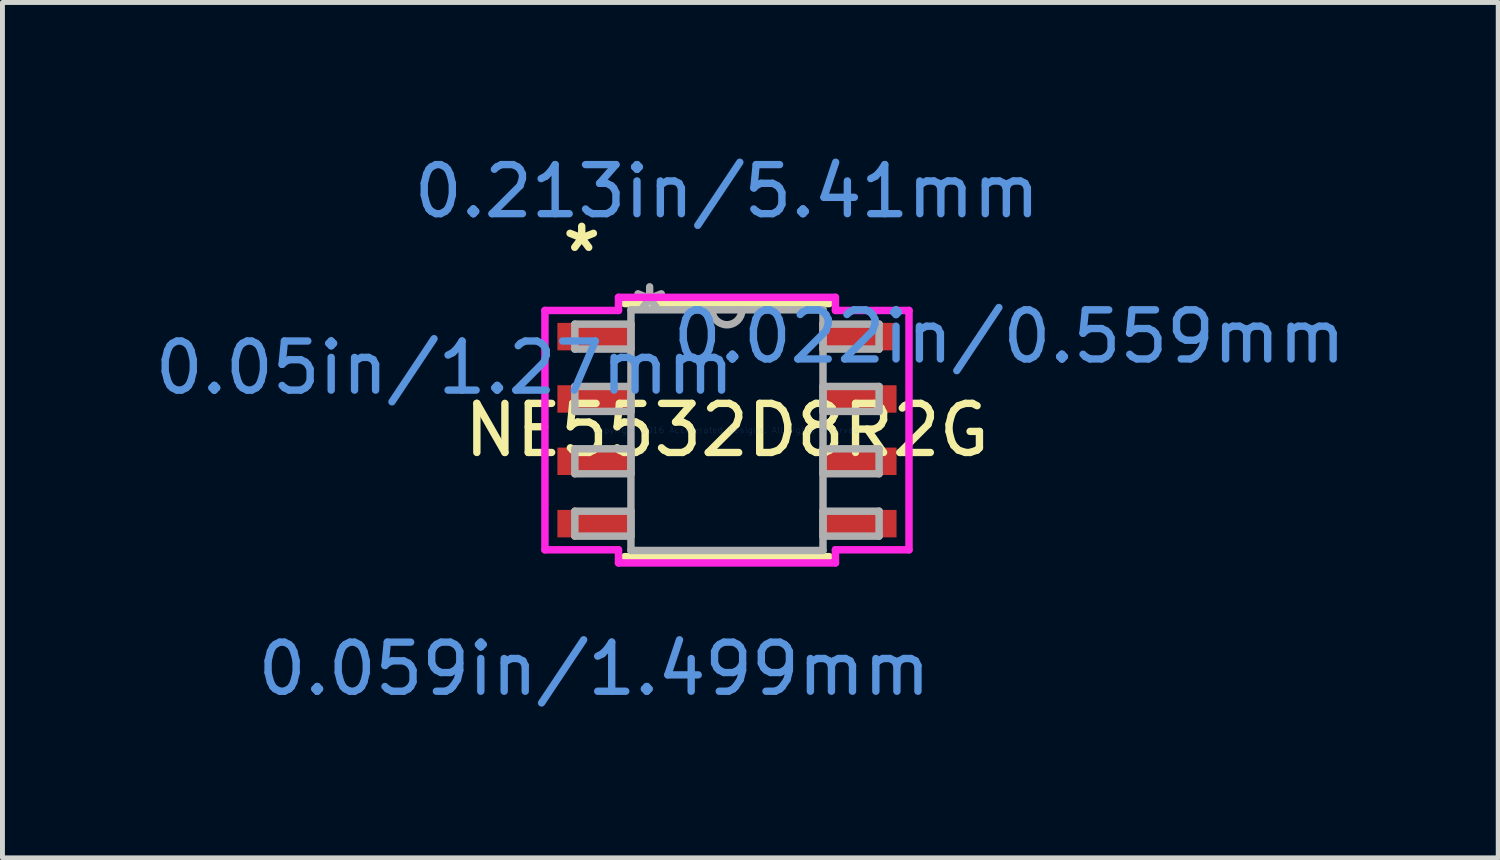
<source format=kicad_pcb>
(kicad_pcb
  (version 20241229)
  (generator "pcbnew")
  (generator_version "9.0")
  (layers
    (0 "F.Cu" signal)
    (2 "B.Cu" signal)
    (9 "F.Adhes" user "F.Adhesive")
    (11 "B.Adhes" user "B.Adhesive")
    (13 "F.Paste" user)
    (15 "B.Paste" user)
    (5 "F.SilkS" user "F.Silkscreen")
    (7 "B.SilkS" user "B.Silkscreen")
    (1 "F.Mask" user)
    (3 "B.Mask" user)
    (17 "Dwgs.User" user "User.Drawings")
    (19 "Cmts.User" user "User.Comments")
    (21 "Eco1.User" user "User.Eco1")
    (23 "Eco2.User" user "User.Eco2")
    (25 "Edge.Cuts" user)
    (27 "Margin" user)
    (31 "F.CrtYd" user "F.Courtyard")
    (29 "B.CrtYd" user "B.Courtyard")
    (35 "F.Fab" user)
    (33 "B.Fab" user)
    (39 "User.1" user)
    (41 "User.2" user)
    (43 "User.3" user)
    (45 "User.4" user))
  (footprint "NE5532D8R2G"
    (layer "F.Cu")
    (at 11.759 5.712)
    (property "Reference" "NE5532D8R2G" (at 0 0 0) (layer "F.SilkS") (effects (font (size 1 1) (thickness 0.15))))
    (attr through_hole)
    (fp_line (start -2.083 2.578) (end 2.083 2.578) (stroke (width 0.152) (type solid)) (layer "F.SilkS"))
    (fp_line (start 2.083 -2.578) (end -2.083 -2.578) (stroke (width 0.152) (type solid)) (layer "F.SilkS"))
    (fp_line (start -3.708 -2.438) (end -2.21 -2.438) (stroke (width 0.152) (type solid)) (layer "F.CrtYd"))
    (fp_line (start -3.708 2.438) (end -3.708 -2.438) (stroke (width 0.152) (type solid)) (layer "F.CrtYd"))
    (fp_line (start -3.708 2.438) (end -2.21 2.438) (stroke (width 0.152) (type solid)) (layer "F.CrtYd"))
    (fp_line (start -2.21 -2.705) (end 2.21 -2.705) (stroke (width 0.152) (type solid)) (layer "F.CrtYd"))
    (fp_line (start -2.21 -2.438) (end -2.21 -2.705) (stroke (width 0.152) (type solid)) (layer "F.CrtYd"))
    (fp_line (start -2.21 2.705) (end -2.21 2.438) (stroke (width 0.152) (type solid)) (layer "F.CrtYd"))
    (fp_line (start 2.21 -2.705) (end 2.21 -2.438) (stroke (width 0.152) (type solid)) (layer "F.CrtYd"))
    (fp_line (start 2.21 2.438) (end 2.21 2.705) (stroke (width 0.152) (type solid)) (layer "F.CrtYd"))
    (fp_line (start 2.21 2.705) (end -2.21 2.705) (stroke (width 0.152) (type solid)) (layer "F.CrtYd"))
    (fp_line (start 3.708 -2.438) (end 2.21 -2.438) (stroke (width 0.152) (type solid)) (layer "F.CrtYd"))
    (fp_line (start 3.708 -2.438) (end 3.708 2.438) (stroke (width 0.152) (type solid)) (layer "F.CrtYd"))
    (fp_line (start 3.708 2.438) (end 2.21 2.438) (stroke (width 0.152) (type solid)) (layer "F.CrtYd"))
    (fp_line (start -3.099 -2.159) (end -3.099 -1.651) (stroke (width 0.152) (type solid)) (layer "F.Fab"))
    (fp_line (start -3.099 -1.651) (end -1.956 -1.651) (stroke (width 0.152) (type solid)) (layer "F.Fab"))
    (fp_line (start -3.099 -0.889) (end -3.099 -0.381) (stroke (width 0.152) (type solid)) (layer "F.Fab"))
    (fp_line (start -3.099 -0.381) (end -1.956 -0.381) (stroke (width 0.152) (type solid)) (layer "F.Fab"))
    (fp_line (start -3.099 0.381) (end -3.099 0.889) (stroke (width 0.152) (type solid)) (layer "F.Fab"))
    (fp_line (start -3.099 0.889) (end -1.956 0.889) (stroke (width 0.152) (type solid)) (layer "F.Fab"))
    (fp_line (start -3.099 1.651) (end -3.099 2.159) (stroke (width 0.152) (type solid)) (layer "F.Fab"))
    (fp_line (start -3.099 2.159) (end -1.956 2.159) (stroke (width 0.152) (type solid)) (layer "F.Fab"))
    (fp_line (start -1.956 -2.451) (end -1.956 2.451) (stroke (width 0.152) (type solid)) (layer "F.Fab"))
    (fp_line (start -1.956 -2.159) (end -3.099 -2.159) (stroke (width 0.152) (type solid)) (layer "F.Fab"))
    (fp_line (start -1.956 -1.651) (end -1.956 -2.159) (stroke (width 0.152) (type solid)) (layer "F.Fab"))
    (fp_line (start -1.956 -0.889) (end -3.099 -0.889) (stroke (width 0.152) (type solid)) (layer "F.Fab"))
    (fp_line (start -1.956 -0.381) (end -1.956 -0.889) (stroke (width 0.152) (type solid)) (layer "F.Fab"))
    (fp_line (start -1.956 0.381) (end -3.099 0.381) (stroke (width 0.152) (type solid)) (layer "F.Fab"))
    (fp_line (start -1.956 0.889) (end -1.956 0.381) (stroke (width 0.152) (type solid)) (layer "F.Fab"))
    (fp_line (start -1.956 1.651) (end -3.099 1.651) (stroke (width 0.152) (type solid)) (layer "F.Fab"))
    (fp_line (start -1.956 2.159) (end -1.956 1.651) (stroke (width 0.152) (type solid)) (layer "F.Fab"))
    (fp_line (start -1.956 2.451) (end 1.956 2.451) (stroke (width 0.152) (type solid)) (layer "F.Fab"))
    (fp_line (start 1.956 -2.451) (end -1.956 -2.451) (stroke (width 0.152) (type solid)) (layer "F.Fab"))
    (fp_line (start 1.956 -2.159) (end 1.956 -1.651) (stroke (width 0.152) (type solid)) (layer "F.Fab"))
    (fp_line (start 1.956 -1.651) (end 3.099 -1.651) (stroke (width 0.152) (type solid)) (layer "F.Fab"))
    (fp_line (start 1.956 -0.889) (end 1.956 -0.381) (stroke (width 0.152) (type solid)) (layer "F.Fab"))
    (fp_line (start 1.956 -0.381) (end 3.099 -0.381) (stroke (width 0.152) (type solid)) (layer "F.Fab"))
    (fp_line (start 1.956 0.381) (end 1.956 0.889) (stroke (width 0.152) (type solid)) (layer "F.Fab"))
    (fp_line (start 1.956 0.889) (end 3.099 0.889) (stroke (width 0.152) (type solid)) (layer "F.Fab"))
    (fp_line (start 1.956 1.651) (end 1.956 2.159) (stroke (width 0.152) (type solid)) (layer "F.Fab"))
    (fp_line (start 1.956 2.159) (end 3.099 2.159) (stroke (width 0.152) (type solid)) (layer "F.Fab"))
    (fp_line (start 1.956 2.451) (end 1.956 -2.451) (stroke (width 0.152) (type solid)) (layer "F.Fab"))
    (fp_line (start 3.099 -2.159) (end 1.956 -2.159) (stroke (width 0.152) (type solid)) (layer "F.Fab"))
    (fp_line (start 3.099 -1.651) (end 3.099 -2.159) (stroke (width 0.152) (type solid)) (layer "F.Fab"))
    (fp_line (start 3.099 -0.889) (end 1.956 -0.889) (stroke (width 0.152) (type solid)) (layer "F.Fab"))
    (fp_line (start 3.099 -0.381) (end 3.099 -0.889) (stroke (width 0.152) (type solid)) (layer "F.Fab"))
    (fp_line (start 3.099 0.381) (end 1.956 0.381) (stroke (width 0.152) (type solid)) (layer "F.Fab"))
    (fp_line (start 3.099 0.889) (end 3.099 0.381) (stroke (width 0.152) (type solid)) (layer "F.Fab"))
    (fp_line (start 3.099 1.651) (end 1.956 1.651) (stroke (width 0.152) (type solid)) (layer "F.Fab"))
    (fp_line (start 3.099 2.159) (end 3.099 1.651) (stroke (width 0.152) (type solid)) (layer "F.Fab"))
    (fp_arc (start 0.3048 -2.4511) (mid 0 -2.1463) (end -0.3048 -2.4511) (stroke (width 0.1524) (type solid)) (layer "F.Fab"))
    (fp_text user "*" (at -2.959 -3.607 0) (layer "F.SilkS") (effects (font (size 1 1) (thickness 0.15))))
    (fp_text user "0.059in/1.499mm" (at -2.705 4.864 0) (layer "Cmts.User") (effects (font (size 1 1) (thickness 0.15))))
    (fp_text user "0.213in/5.41mm" (at 0 -4.864 0) (layer "Cmts.User") (effects (font (size 1 1) (thickness 0.15))))
    (fp_text user "0.05in/1.27mm" (at -5.753 -1.27 0) (layer "Cmts.User") (effects (font (size 1 1) (thickness 0.15))))
    (fp_text user "0.022in/0.559mm" (at 5.753 -1.905 0) (layer "Cmts.User") (effects (font (size 1 1) (thickness 0.15))))
    (fp_text user "Copyright 2016 Accelerated Designs. All rights reserved." (at 0 0 0) (layer "Cmts.User") (effects (font (size 0.127 0.127) (thickness 0.002))))
    (fp_text user "*" (at -1.575 -2.375 0) (layer "F.Fab") (effects (font (size 1 1) (thickness 0.15))))
    (pad "1" smd rect (at -2.705 -1.905) (size 1.499 0.559) (layers "F.Cu" "F.Mask" "F.Paste"))
    (pad "2" smd rect (at -2.705 -0.635) (size 1.499 0.559) (layers "F.Cu" "F.Mask" "F.Paste"))
    (pad "3" smd rect (at -2.705 0.635) (size 1.499 0.559) (layers "F.Cu" "F.Mask" "F.Paste"))
    (pad "4" smd rect (at -2.705 1.905) (size 1.499 0.559) (layers "F.Cu" "F.Mask" "F.Paste"))
    (pad "5" smd rect (at 2.705 1.905) (size 1.499 0.559) (layers "F.Cu" "F.Mask" "F.Paste"))
    (pad "6" smd rect (at 2.705 0.635) (size 1.499 0.559) (layers "F.Cu" "F.Mask" "F.Paste"))
    (pad "7" smd rect (at 2.705 -0.635) (size 1.499 0.559) (layers "F.Cu" "F.Mask" "F.Paste"))
    (pad "8" smd rect (at 2.705 -1.905) (size 1.499 0.559) (layers "F.Cu" "F.Mask" "F.Paste")))
  (gr_rect
    (start -3 -3)
    (end 27.47 14.425)
    (stroke (width 0.1) (type default))
    (fill no)
    (layer "Edge.Cuts")))
</source>
